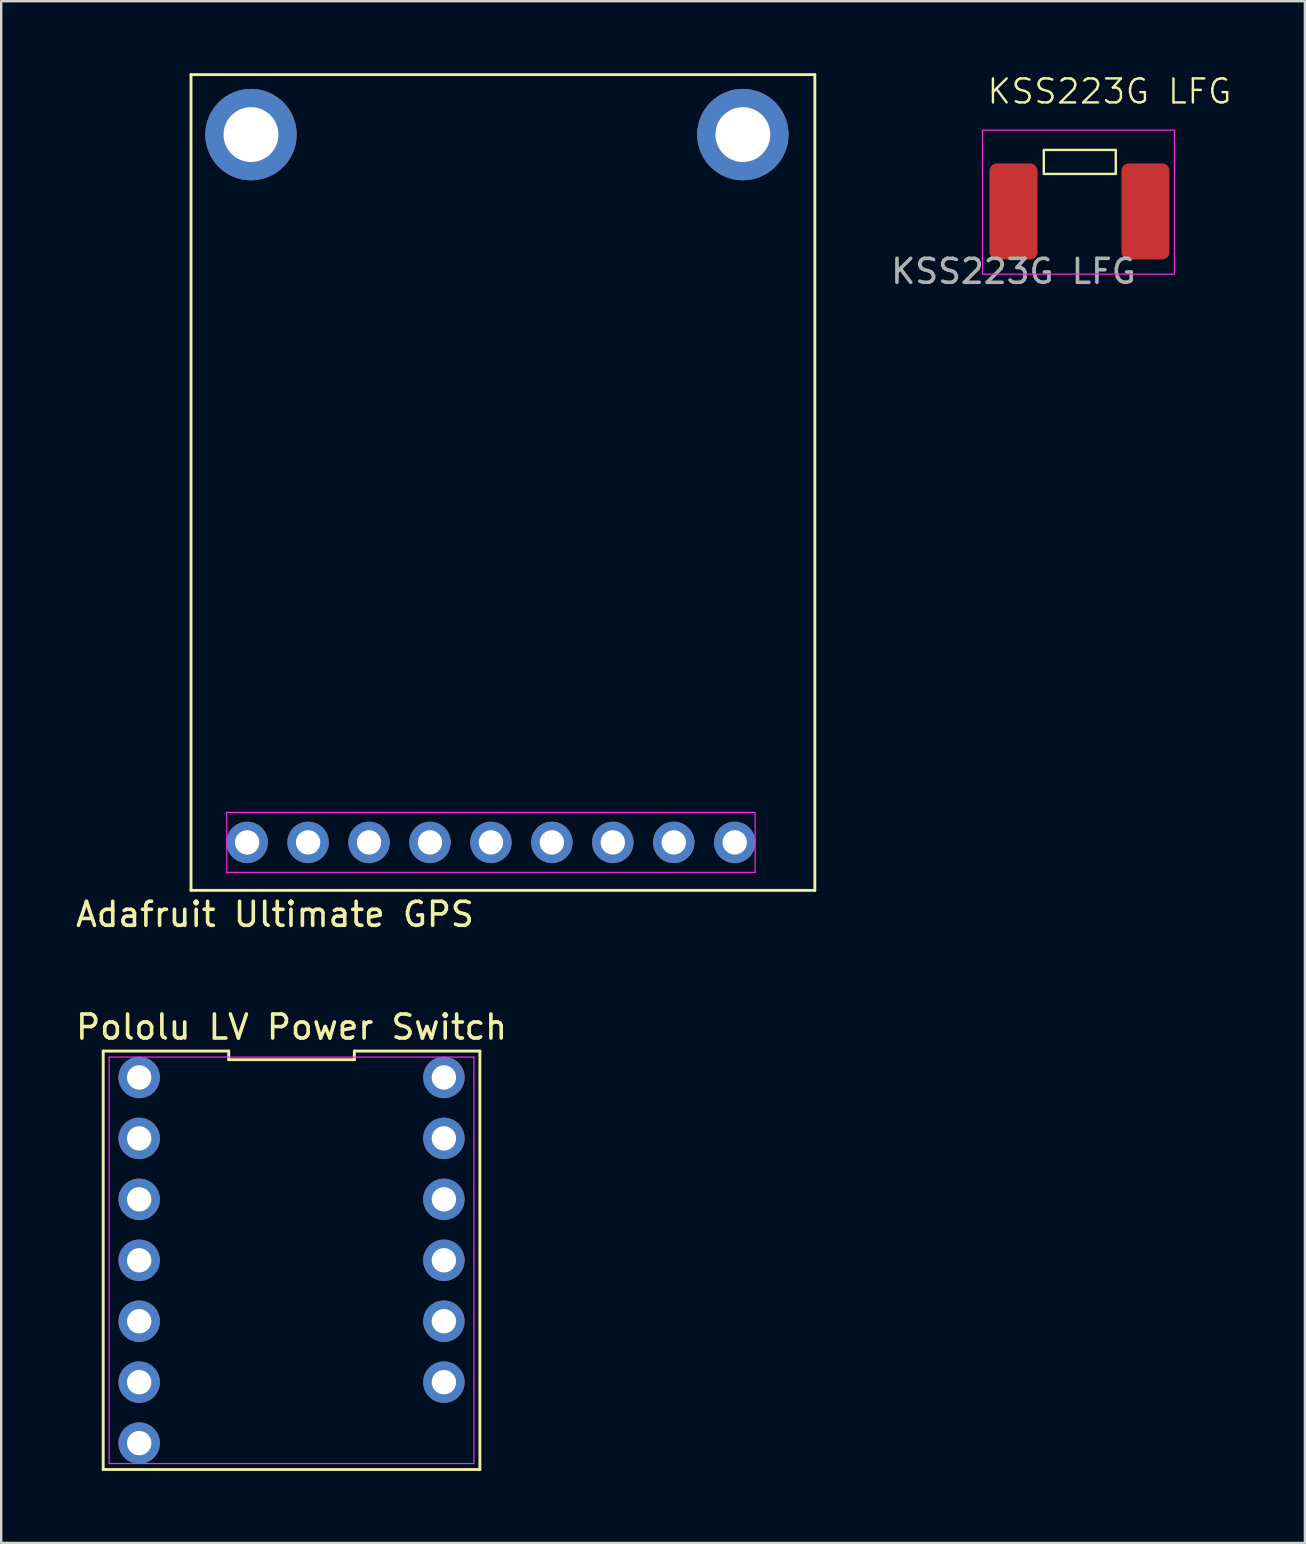
<source format=kicad_pcb>
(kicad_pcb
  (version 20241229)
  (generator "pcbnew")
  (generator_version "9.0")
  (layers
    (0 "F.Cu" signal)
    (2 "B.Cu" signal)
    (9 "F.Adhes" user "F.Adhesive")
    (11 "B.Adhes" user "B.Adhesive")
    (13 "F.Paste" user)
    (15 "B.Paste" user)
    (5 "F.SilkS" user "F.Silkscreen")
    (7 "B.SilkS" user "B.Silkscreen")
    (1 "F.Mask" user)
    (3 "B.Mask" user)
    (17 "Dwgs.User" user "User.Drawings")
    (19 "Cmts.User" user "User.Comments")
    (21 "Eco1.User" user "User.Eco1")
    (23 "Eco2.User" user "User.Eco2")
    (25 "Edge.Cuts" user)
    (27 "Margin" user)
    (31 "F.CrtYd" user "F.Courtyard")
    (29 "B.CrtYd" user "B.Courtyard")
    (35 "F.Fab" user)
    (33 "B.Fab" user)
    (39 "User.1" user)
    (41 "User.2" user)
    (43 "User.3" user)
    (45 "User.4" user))
  (footprint "Pololu LV Power Switch"
    (layer "F.Cu")
    (at 9.101 49.477)
    (property "Reference" "Pololu LV Power Switch" (at 0 -9.72 0) (layer "F.SilkS") (effects (font (size 1 1) (thickness 0.15))))
    (attr through_hole)
    (fp_line (start -7.85 8.72) (end 7.85 8.72) (stroke (width 0.12) (type default)) (layer "F.SilkS"))
    (fp_line (start -7.85 -8.72) (end -7.85 8.72) (stroke (width 0.12) (type default)) (layer "F.SilkS"))
    (fp_line (start -2.617 -8.72) (end -7.85 -8.72) (stroke (width 0.12) (type default)) (layer "F.SilkS"))
    (fp_line (start -2.617 -8.36) (end -2.617 -8.72) (stroke (width 0.12) (type default)) (layer "F.SilkS"))
    (fp_line (start 2.617 -8.72) (end 2.617 -8.36) (stroke (width 0.12) (type default)) (layer "F.SilkS"))
    (fp_line (start 2.617 -8.36) (end -2.617 -8.36) (stroke (width 0.12) (type default)) (layer "F.SilkS"))
    (fp_line (start 7.85 8.72) (end 7.85 -8.72) (stroke (width 0.12) (type default)) (layer "F.SilkS"))
    (fp_line (start 7.85 -8.72) (end 2.617 -8.72) (stroke (width 0.12) (type default)) (layer "F.SilkS"))
    (fp_line (start -7.6 -8.47) (end 7.6 -8.47) (stroke (width 0.05) (type default)) (layer "F.CrtYd"))
    (fp_line (start -7.6 8.47) (end -7.6 -8.47) (stroke (width 0.05) (type default)) (layer "F.CrtYd"))
    (fp_line (start 7.6 -8.47) (end 7.6 8.47) (stroke (width 0.05) (type default)) (layer "F.CrtYd"))
    (fp_line (start 7.6 8.47) (end -7.6 8.47) (stroke (width 0.05) (type default)) (layer "F.CrtYd"))
    (pad "1" thru_hole circle (at -6.35 -7.62 270) (size 1.727 1.727) (drill 1.016) (layers "*.Cu" "*.Mask"))
    (pad "2" thru_hole circle (at -6.35 -5.08 270) (size 1.727 1.727) (drill 1.016) (layers "*.Cu" "*.Mask"))
    (pad "3" thru_hole circle (at -6.35 -2.54 270) (size 1.727 1.727) (drill 1.016) (layers "*.Cu" "*.Mask"))
    (pad "4" thru_hole circle (at -6.35 0 270) (size 1.727 1.727) (drill 1.016) (layers "*.Cu" "*.Mask"))
    (pad "5" thru_hole circle (at -6.35 2.54 270) (size 1.727 1.727) (drill 1.016) (layers "*.Cu" "*.Mask"))
    (pad "6" thru_hole circle (at -6.35 5.08 270) (size 1.727 1.727) (drill 1.016) (layers "*.Cu" "*.Mask"))
    (pad "7" thru_hole circle (at -6.35 7.62 270) (size 1.727 1.727) (drill 1.016) (layers "*.Cu" "*.Mask"))
    (pad "9" thru_hole circle (at 6.35 5.08 270) (size 1.727 1.727) (drill 1.016) (layers "*.Cu" "*.Mask"))
    (pad "10" thru_hole circle (at 6.35 2.54 270) (size 1.727 1.727) (drill 1.016) (layers "*.Cu" "*.Mask"))
    (pad "11" thru_hole circle (at 6.35 0 270) (size 1.727 1.727) (drill 1.016) (layers "*.Cu" "*.Mask"))
    (pad "12" thru_hole circle (at 6.35 -2.54 270) (size 1.727 1.727) (drill 1.016) (layers "*.Cu" "*.Mask"))
    (pad "13" thru_hole circle (at 6.35 -5.08 270) (size 1.727 1.727) (drill 1.016) (layers "*.Cu" "*.Mask"))
    (pad "14" thru_hole circle (at 6.35 -7.62 270) (size 1.727 1.727) (drill 1.016) (layers "*.Cu" "*.Mask")))
  (footprint "KSS223G LFG"
    (layer "F.Cu")
    (at 39.191 5.761)
    (property "Reference" "KSS223G LFG" (at 4 -5 0) (unlocked yes) (layer "F.SilkS") (effects (font (size 1 1) (thickness 0.1))))
    (attr smd)
    (fp_rect (start 1.263 -2.563) (end 4.263 -1.563) (stroke (width 0.1) (type default)) (fill no) (layer "F.SilkS"))
    (fp_rect (start -1.293 -3.386) (end 6.707 2.614) (stroke (width 0.05) (type solid)) (fill no) (layer "F.CrtYd"))
    (fp_text user "${REFERENCE}" (at 0 2.5 0) (unlocked yes) (layer "F.Fab") (effects (font (size 1 1) (thickness 0.15))))
    (pad "1" smd roundrect (at 0 0) (size 2 4) (layers "F.Cu" "F.Mask" "F.Paste") (roundrect_rratio 0.15))
    (pad "2" smd roundrect (at 5.5 0) (size 2 4) (layers "F.Cu" "F.Mask" "F.Paste") (roundrect_rratio 0.15)))
  (footprint "Adafruit Ultimate GPS"
    (layer "F.Cu")
    (at 17.411 32.06)
    (property "Reference" "Adafruit Ultimate GPS" (at -9 3 0) (layer "F.SilkS") (effects (font (size 1 1) (thickness 0.15))))
    (attr through_hole)
    (fp_line (start -12.5 -32) (end 13.5 -32) (stroke (width 0.12) (type solid)) (layer "F.SilkS"))
    (fp_line (start -12.5 2) (end -12.5 -32) (stroke (width 0.12) (type default)) (layer "F.SilkS"))
    (fp_line (start 13.5 -32) (end 13.5 2) (stroke (width 0.12) (type default)) (layer "F.SilkS"))
    (fp_line (start 13.5 2) (end -12.5 2) (stroke (width 0.12) (type default)) (layer "F.SilkS"))
    (fp_line (start -11.01 -1.25) (end 11.01 -1.25) (stroke (width 0.05) (type default)) (layer "F.CrtYd"))
    (fp_line (start -11.01 1.25) (end -11.01 -1.25) (stroke (width 0.05) (type default)) (layer "F.CrtYd"))
    (fp_line (start 11.01 -1.25) (end 11.01 1.25) (stroke (width 0.05) (type default)) (layer "F.CrtYd"))
    (fp_line (start 11.01 1.25) (end -11.01 1.25) (stroke (width 0.05) (type default)) (layer "F.CrtYd"))
    (pad "" np_thru_hole circle (at -10 -29.5) (size 3.81 3.81) (drill 2.286) (layers "*.Cu" "*.Mask"))
    (pad "" np_thru_hole circle (at 10.5 -29.5) (size 3.81 3.81) (drill 2.286) (layers "*.Cu" "*.Mask"))
    (pad "1" thru_hole circle (at -10.16 0) (size 1.727 1.727) (drill 1.016) (layers "*.Cu" "*.Mask"))
    (pad "2" thru_hole circle (at -7.62 0) (size 1.727 1.727) (drill 1.016) (layers "*.Cu" "*.Mask"))
    (pad "3" thru_hole circle (at -5.08 0) (size 1.727 1.727) (drill 1.016) (layers "*.Cu" "*.Mask"))
    (pad "4" thru_hole circle (at -2.54 0) (size 1.727 1.727) (drill 1.016) (layers "*.Cu" "*.Mask"))
    (pad "5" thru_hole circle (at 0 0) (size 1.727 1.727) (drill 1.016) (layers "*.Cu" "*.Mask"))
    (pad "6" thru_hole circle (at 2.54 0) (size 1.727 1.727) (drill 1.016) (layers "*.Cu" "*.Mask"))
    (pad "7" thru_hole circle (at 5.08 0) (size 1.727 1.727) (drill 1.016) (layers "*.Cu" "*.Mask"))
    (pad "8" thru_hole circle (at 7.62 0) (size 1.727 1.727) (drill 1.016) (layers "*.Cu" "*.Mask"))
    (pad "9" thru_hole circle (at 10.16 0) (size 1.727 1.727) (drill 1.016) (layers "*.Cu" "*.Mask")))
  (gr_rect
    (start -3 -3)
    (end 51.336 61.257)
    (stroke (width 0.1) (type default))
    (fill no)
    (layer "Edge.Cuts")))
</source>
